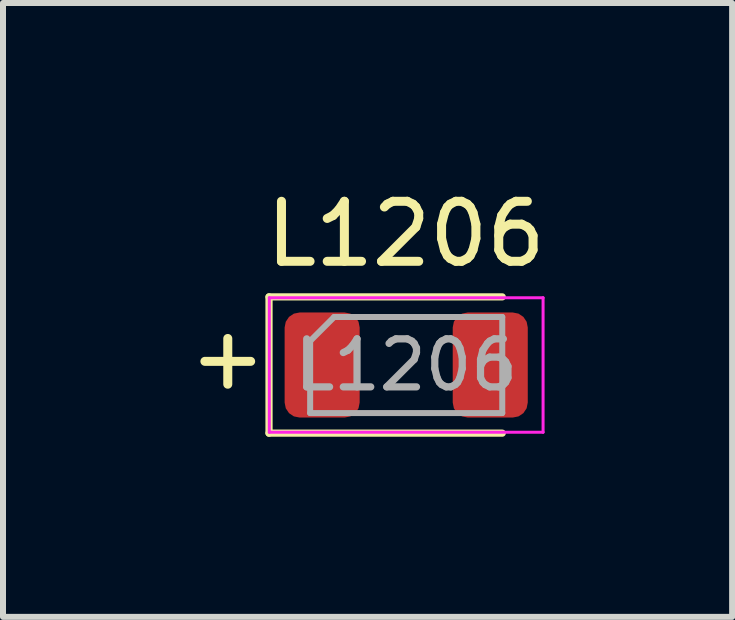
<source format=kicad_pcb>
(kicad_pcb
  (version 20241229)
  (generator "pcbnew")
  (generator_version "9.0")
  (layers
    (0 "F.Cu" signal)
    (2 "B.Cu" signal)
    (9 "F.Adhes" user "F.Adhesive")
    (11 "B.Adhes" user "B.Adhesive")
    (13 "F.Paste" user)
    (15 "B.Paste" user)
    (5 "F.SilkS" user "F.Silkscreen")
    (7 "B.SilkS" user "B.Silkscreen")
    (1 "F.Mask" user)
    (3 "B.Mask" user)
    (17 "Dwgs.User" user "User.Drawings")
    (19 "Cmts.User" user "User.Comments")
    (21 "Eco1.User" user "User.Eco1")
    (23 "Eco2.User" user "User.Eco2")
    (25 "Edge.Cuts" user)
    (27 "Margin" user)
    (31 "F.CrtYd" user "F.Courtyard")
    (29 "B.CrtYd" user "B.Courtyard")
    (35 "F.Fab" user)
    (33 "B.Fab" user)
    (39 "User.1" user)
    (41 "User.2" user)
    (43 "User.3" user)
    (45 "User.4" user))
  (footprint "L1206"
    (layer "F.Cu")
    (at 3.71 2.88)
    (property "Reference" "L1206" (at 0 -2.032 0) (unlocked yes) (layer "F.SilkS") (effects (font (size 1 1) (thickness 0.15))))
    (attr smd)
    (fp_line (start -2.279 -0.985) (end -2.279 1.285) (stroke (width 0.12) (type solid)) (layer "F.SilkS"))
    (fp_line (start -2.279 1.285) (end 1.606 1.285) (stroke (width 0.12) (type solid)) (layer "F.SilkS"))
    (fp_line (start 1.606 -0.985) (end -2.279 -0.985) (stroke (width 0.12) (type solid)) (layer "F.SilkS"))
    (fp_line (start -2.274 -0.97) (end 2.286 -0.97) (stroke (width 0.05) (type solid)) (layer "F.CrtYd"))
    (fp_line (start -2.274 1.27) (end -2.274 -0.97) (stroke (width 0.05) (type solid)) (layer "F.CrtYd"))
    (fp_line (start 2.286 -0.97) (end 2.286 1.27) (stroke (width 0.05) (type solid)) (layer "F.CrtYd"))
    (fp_line (start 2.286 1.27) (end -2.274 1.27) (stroke (width 0.05) (type solid)) (layer "F.CrtYd"))
    (fp_line (start -1.594 -0.25) (end -1.594 0.95) (stroke (width 0.1) (type solid)) (layer "F.Fab"))
    (fp_line (start -1.594 0.95) (end 1.606 0.95) (stroke (width 0.1) (type solid)) (layer "F.Fab"))
    (fp_line (start -1.194 -0.65) (end -1.594 -0.25) (stroke (width 0.1) (type solid)) (layer "F.Fab"))
    (fp_line (start 1.606 -0.65) (end -1.194 -0.65) (stroke (width 0.1) (type solid)) (layer "F.Fab"))
    (fp_line (start 1.606 0.95) (end 1.606 -0.65) (stroke (width 0.1) (type solid)) (layer "F.Fab"))
    (fp_text user "+" (at -2.966 0.015 0) (unlocked yes) (layer "F.SilkS") (effects (font (size 1 1) (thickness 0.15))))
    (fp_text user "${REFERENCE}" (at 0.006 0.15 0) (layer "F.Fab") (effects (font (size 0.8 0.8) (thickness 0.12))))
    (pad "1" smd roundrect (at 1.406 0.15) (size 1.25 1.75) (layers "F.Cu" "F.Mask" "F.Paste") (roundrect_rratio 0.2))
    (pad "2" smd roundrect (at -1.394 0.15) (size 1.25 1.75) (layers "F.Cu" "F.Mask" "F.Paste") (roundrect_rratio 0.2)))
  (gr_rect
    (start -3 -3)
    (end 9.145 7.225)
    (stroke (width 0.1) (type default))
    (fill no)
    (layer "Edge.Cuts")))
</source>
